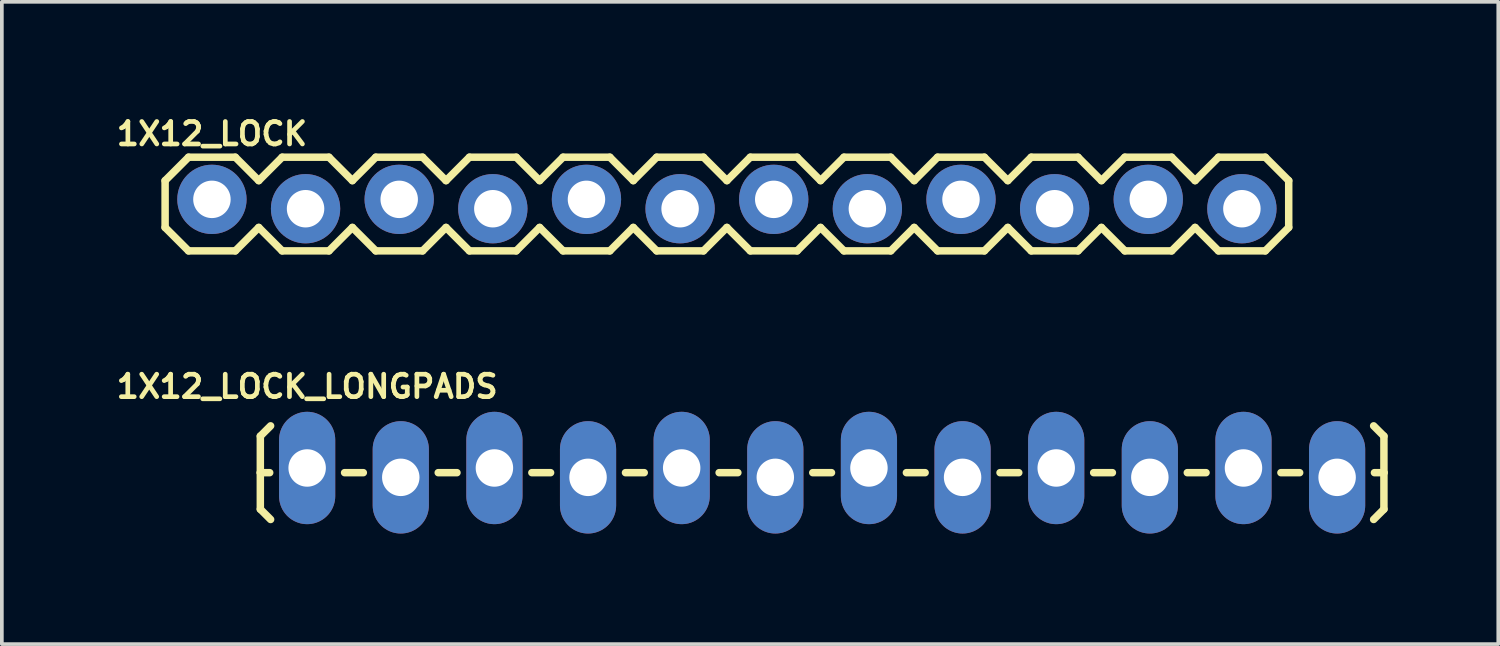
<source format=kicad_pcb>
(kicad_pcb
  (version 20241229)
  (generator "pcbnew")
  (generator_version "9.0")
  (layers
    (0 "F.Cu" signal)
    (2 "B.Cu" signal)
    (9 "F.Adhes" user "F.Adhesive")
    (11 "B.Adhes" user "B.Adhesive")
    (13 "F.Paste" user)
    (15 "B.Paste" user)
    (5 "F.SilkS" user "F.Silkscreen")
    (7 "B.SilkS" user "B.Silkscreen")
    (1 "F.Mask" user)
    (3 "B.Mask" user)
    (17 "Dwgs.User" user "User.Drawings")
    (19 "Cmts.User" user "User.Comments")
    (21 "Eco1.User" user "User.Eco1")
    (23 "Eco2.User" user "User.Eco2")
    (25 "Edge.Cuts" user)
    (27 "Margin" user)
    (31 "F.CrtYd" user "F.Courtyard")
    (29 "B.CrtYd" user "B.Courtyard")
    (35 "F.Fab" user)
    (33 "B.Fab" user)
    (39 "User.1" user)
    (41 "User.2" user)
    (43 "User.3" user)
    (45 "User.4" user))
  (footprint "1X12_LOCK"
    (layer "F.Cu")
    (at 2.699 2.485)
    (property "Reference" "1X12_LOCK" (at 0 -1.905 0) (layer "F.SilkS") (effects (font (size 0.61 0.61) (thickness 0.127))))
    (attr exclude_from_pos_files exclude_from_bom)
    (fp_line (start -1.27 -0.635) (end -1.27 0.635) (stroke (width 0.203) (type solid)) (layer "F.SilkS"))
    (fp_line (start -1.27 0.635) (end -0.635 1.27) (stroke (width 0.203) (type solid)) (layer "F.SilkS"))
    (fp_line (start -0.635 -1.27) (end -1.27 -0.635) (stroke (width 0.203) (type solid)) (layer "F.SilkS"))
    (fp_line (start -0.635 -1.27) (end 0.635 -1.27) (stroke (width 0.203) (type solid)) (layer "F.SilkS"))
    (fp_line (start 0.635 -1.27) (end 1.27 -0.635) (stroke (width 0.203) (type solid)) (layer "F.SilkS"))
    (fp_line (start 0.635 1.27) (end -0.635 1.27) (stroke (width 0.203) (type solid)) (layer "F.SilkS"))
    (fp_line (start 1.27 -0.635) (end 1.905 -1.27) (stroke (width 0.203) (type solid)) (layer "F.SilkS"))
    (fp_line (start 1.27 0.635) (end 0.635 1.27) (stroke (width 0.203) (type solid)) (layer "F.SilkS"))
    (fp_line (start 1.905 -1.27) (end 3.175 -1.27) (stroke (width 0.203) (type solid)) (layer "F.SilkS"))
    (fp_line (start 1.905 1.27) (end 1.27 0.635) (stroke (width 0.203) (type solid)) (layer "F.SilkS"))
    (fp_line (start 3.175 -1.27) (end 3.81 -0.635) (stroke (width 0.203) (type solid)) (layer "F.SilkS"))
    (fp_line (start 3.175 1.27) (end 1.905 1.27) (stroke (width 0.203) (type solid)) (layer "F.SilkS"))
    (fp_line (start 3.81 -0.635) (end 4.445 -1.27) (stroke (width 0.203) (type solid)) (layer "F.SilkS"))
    (fp_line (start 3.81 0.635) (end 3.175 1.27) (stroke (width 0.203) (type solid)) (layer "F.SilkS"))
    (fp_line (start 4.445 -1.27) (end 5.715 -1.27) (stroke (width 0.203) (type solid)) (layer "F.SilkS"))
    (fp_line (start 4.445 1.27) (end 3.81 0.635) (stroke (width 0.203) (type solid)) (layer "F.SilkS"))
    (fp_line (start 5.715 -1.27) (end 6.35 -0.635) (stroke (width 0.203) (type solid)) (layer "F.SilkS"))
    (fp_line (start 5.715 1.27) (end 4.445 1.27) (stroke (width 0.203) (type solid)) (layer "F.SilkS"))
    (fp_line (start 6.35 0.635) (end 5.715 1.27) (stroke (width 0.203) (type solid)) (layer "F.SilkS"))
    (fp_line (start 6.35 0.635) (end 6.985 1.27) (stroke (width 0.203) (type solid)) (layer "F.SilkS"))
    (fp_line (start 6.985 -1.27) (end 6.35 -0.635) (stroke (width 0.203) (type solid)) (layer "F.SilkS"))
    (fp_line (start 6.985 -1.27) (end 8.255 -1.27) (stroke (width 0.203) (type solid)) (layer "F.SilkS"))
    (fp_line (start 8.255 -1.27) (end 8.89 -0.635) (stroke (width 0.203) (type solid)) (layer "F.SilkS"))
    (fp_line (start 8.255 1.27) (end 6.985 1.27) (stroke (width 0.203) (type solid)) (layer "F.SilkS"))
    (fp_line (start 8.89 -0.635) (end 9.525 -1.27) (stroke (width 0.203) (type solid)) (layer "F.SilkS"))
    (fp_line (start 8.89 0.635) (end 8.255 1.27) (stroke (width 0.203) (type solid)) (layer "F.SilkS"))
    (fp_line (start 9.525 -1.27) (end 10.795 -1.27) (stroke (width 0.203) (type solid)) (layer "F.SilkS"))
    (fp_line (start 9.525 1.27) (end 8.89 0.635) (stroke (width 0.203) (type solid)) (layer "F.SilkS"))
    (fp_line (start 10.795 -1.27) (end 11.43 -0.635) (stroke (width 0.203) (type solid)) (layer "F.SilkS"))
    (fp_line (start 10.795 1.27) (end 9.525 1.27) (stroke (width 0.203) (type solid)) (layer "F.SilkS"))
    (fp_line (start 11.43 -0.635) (end 12.065 -1.27) (stroke (width 0.203) (type solid)) (layer "F.SilkS"))
    (fp_line (start 11.43 0.635) (end 10.795 1.27) (stroke (width 0.203) (type solid)) (layer "F.SilkS"))
    (fp_line (start 12.065 -1.27) (end 13.335 -1.27) (stroke (width 0.203) (type solid)) (layer "F.SilkS"))
    (fp_line (start 12.065 1.27) (end 11.43 0.635) (stroke (width 0.203) (type solid)) (layer "F.SilkS"))
    (fp_line (start 13.335 -1.27) (end 13.97 -0.635) (stroke (width 0.203) (type solid)) (layer "F.SilkS"))
    (fp_line (start 13.335 1.27) (end 12.065 1.27) (stroke (width 0.203) (type solid)) (layer "F.SilkS"))
    (fp_line (start 13.97 0.635) (end 13.335 1.27) (stroke (width 0.203) (type solid)) (layer "F.SilkS"))
    (fp_line (start 13.97 0.635) (end 14.605 1.27) (stroke (width 0.203) (type solid)) (layer "F.SilkS"))
    (fp_line (start 14.605 -1.27) (end 13.97 -0.635) (stroke (width 0.203) (type solid)) (layer "F.SilkS"))
    (fp_line (start 14.605 -1.27) (end 15.875 -1.27) (stroke (width 0.203) (type solid)) (layer "F.SilkS"))
    (fp_line (start 15.875 -1.27) (end 16.51 -0.635) (stroke (width 0.203) (type solid)) (layer "F.SilkS"))
    (fp_line (start 15.875 1.27) (end 14.605 1.27) (stroke (width 0.203) (type solid)) (layer "F.SilkS"))
    (fp_line (start 16.51 0.635) (end 15.875 1.27) (stroke (width 0.203) (type solid)) (layer "F.SilkS"))
    (fp_line (start 16.51 0.635) (end 17.145 1.27) (stroke (width 0.203) (type solid)) (layer "F.SilkS"))
    (fp_line (start 17.145 -1.27) (end 16.51 -0.635) (stroke (width 0.203) (type solid)) (layer "F.SilkS"))
    (fp_line (start 17.145 -1.27) (end 18.415 -1.27) (stroke (width 0.203) (type solid)) (layer "F.SilkS"))
    (fp_line (start 18.415 -1.27) (end 19.05 -0.635) (stroke (width 0.203) (type solid)) (layer "F.SilkS"))
    (fp_line (start 18.415 1.27) (end 17.145 1.27) (stroke (width 0.203) (type solid)) (layer "F.SilkS"))
    (fp_line (start 19.05 0.635) (end 18.415 1.27) (stroke (width 0.203) (type solid)) (layer "F.SilkS"))
    (fp_line (start 19.05 0.635) (end 19.685 1.27) (stroke (width 0.203) (type solid)) (layer "F.SilkS"))
    (fp_line (start 19.685 -1.27) (end 19.05 -0.635) (stroke (width 0.203) (type solid)) (layer "F.SilkS"))
    (fp_line (start 19.685 -1.27) (end 20.955 -1.27) (stroke (width 0.203) (type solid)) (layer "F.SilkS"))
    (fp_line (start 20.955 -1.27) (end 21.59 -0.635) (stroke (width 0.203) (type solid)) (layer "F.SilkS"))
    (fp_line (start 20.955 1.27) (end 19.685 1.27) (stroke (width 0.203) (type solid)) (layer "F.SilkS"))
    (fp_line (start 21.59 0.635) (end 20.955 1.27) (stroke (width 0.203) (type solid)) (layer "F.SilkS"))
    (fp_line (start 21.59 0.635) (end 22.225 1.27) (stroke (width 0.203) (type solid)) (layer "F.SilkS"))
    (fp_line (start 22.225 -1.27) (end 21.59 -0.635) (stroke (width 0.203) (type solid)) (layer "F.SilkS"))
    (fp_line (start 22.225 -1.27) (end 23.495 -1.27) (stroke (width 0.203) (type solid)) (layer "F.SilkS"))
    (fp_line (start 23.495 -1.27) (end 24.13 -0.635) (stroke (width 0.203) (type solid)) (layer "F.SilkS"))
    (fp_line (start 23.495 1.27) (end 22.225 1.27) (stroke (width 0.203) (type solid)) (layer "F.SilkS"))
    (fp_line (start 24.13 0.635) (end 23.495 1.27) (stroke (width 0.203) (type solid)) (layer "F.SilkS"))
    (fp_line (start 24.13 0.635) (end 24.765 1.27) (stroke (width 0.203) (type solid)) (layer "F.SilkS"))
    (fp_line (start 24.765 -1.27) (end 24.13 -0.635) (stroke (width 0.203) (type solid)) (layer "F.SilkS"))
    (fp_line (start 24.765 -1.27) (end 26.035 -1.27) (stroke (width 0.203) (type solid)) (layer "F.SilkS"))
    (fp_line (start 26.035 -1.27) (end 26.67 -0.635) (stroke (width 0.203) (type solid)) (layer "F.SilkS"))
    (fp_line (start 26.035 1.27) (end 24.765 1.27) (stroke (width 0.203) (type solid)) (layer "F.SilkS"))
    (fp_line (start 26.67 0.635) (end 26.035 1.27) (stroke (width 0.203) (type solid)) (layer "F.SilkS"))
    (fp_line (start 26.67 0.635) (end 27.305 1.27) (stroke (width 0.203) (type solid)) (layer "F.SilkS"))
    (fp_line (start 27.305 -1.27) (end 26.67 -0.635) (stroke (width 0.203) (type solid)) (layer "F.SilkS"))
    (fp_line (start 27.305 -1.27) (end 28.575 -1.27) (stroke (width 0.203) (type solid)) (layer "F.SilkS"))
    (fp_line (start 28.575 -1.27) (end 29.21 -0.635) (stroke (width 0.203) (type solid)) (layer "F.SilkS"))
    (fp_line (start 28.575 1.27) (end 27.305 1.27) (stroke (width 0.203) (type solid)) (layer "F.SilkS"))
    (fp_line (start 29.21 -0.635) (end 29.21 0.635) (stroke (width 0.203) (type solid)) (layer "F.SilkS"))
    (fp_line (start 29.21 0.635) (end 28.575 1.27) (stroke (width 0.203) (type solid)) (layer "F.SilkS"))
    (pad "1" thru_hole circle (at 0 -0.127) (size 1.88 1.88) (drill 1.016) (layers "*.Cu" "*.Paste" "*.Mask"))
    (pad "2" thru_hole circle (at 2.54 0.127) (size 1.88 1.88) (drill 1.016) (layers "*.Cu" "*.Paste" "*.Mask"))
    (pad "3" thru_hole circle (at 5.08 -0.127) (size 1.88 1.88) (drill 1.016) (layers "*.Cu" "*.Paste" "*.Mask"))
    (pad "4" thru_hole circle (at 7.62 0.127) (size 1.88 1.88) (drill 1.016) (layers "*.Cu" "*.Paste" "*.Mask"))
    (pad "5" thru_hole circle (at 10.16 -0.127) (size 1.88 1.88) (drill 1.016) (layers "*.Cu" "*.Paste" "*.Mask"))
    (pad "6" thru_hole circle (at 12.7 0.127) (size 1.88 1.88) (drill 1.016) (layers "*.Cu" "*.Paste" "*.Mask"))
    (pad "7" thru_hole circle (at 15.24 -0.127) (size 1.88 1.88) (drill 1.016) (layers "*.Cu" "*.Paste" "*.Mask"))
    (pad "8" thru_hole circle (at 17.78 0.127) (size 1.88 1.88) (drill 1.016) (layers "*.Cu" "*.Paste" "*.Mask"))
    (pad "9" thru_hole circle (at 20.32 -0.127) (size 1.88 1.88) (drill 1.016) (layers "*.Cu" "*.Paste" "*.Mask"))
    (pad "10" thru_hole circle (at 22.86 0.127) (size 1.88 1.88) (drill 1.016) (layers "*.Cu" "*.Paste" "*.Mask"))
    (pad "11" thru_hole circle (at 25.4 -0.127) (size 1.88 1.88) (drill 1.016) (layers "*.Cu" "*.Paste" "*.Mask"))
    (pad "12" thru_hole circle (at 27.94 0.127) (size 1.88 1.88) (drill 1.016) (layers "*.Cu" "*.Paste" "*.Mask")))
  (footprint "1X12_LOCK_LONGPADS"
    (layer "F.Cu")
    (at 5.282 9.772)
    (property "Reference" "1X12_LOCK_LONGPADS" (at 0 -2.337 0) (layer "F.SilkS") (effects (font (size 0.61 0.61) (thickness 0.127))))
    (attr exclude_from_pos_files exclude_from_bom)
    (fp_line (start -1.27 -0.991) (end -0.991 -1.27) (stroke (width 0.203) (type solid)) (layer "F.SilkS"))
    (fp_line (start -1.27 0) (end -1.27 -0.991) (stroke (width 0.203) (type solid)) (layer "F.SilkS"))
    (fp_line (start -1.27 0) (end -1.27 0.991) (stroke (width 0.203) (type solid)) (layer "F.SilkS"))
    (fp_line (start -1.27 0) (end -1.016 0) (stroke (width 0.203) (type solid)) (layer "F.SilkS"))
    (fp_line (start -1.27 0.991) (end -0.991 1.27) (stroke (width 0.203) (type solid)) (layer "F.SilkS"))
    (fp_line (start 1.524 0) (end 1.016 0) (stroke (width 0.203) (type solid)) (layer "F.SilkS"))
    (fp_line (start 4.064 0) (end 3.556 0) (stroke (width 0.203) (type solid)) (layer "F.SilkS"))
    (fp_line (start 6.604 0) (end 6.096 0) (stroke (width 0.203) (type solid)) (layer "F.SilkS"))
    (fp_line (start 9.144 0) (end 8.636 0) (stroke (width 0.203) (type solid)) (layer "F.SilkS"))
    (fp_line (start 11.684 0) (end 11.176 0) (stroke (width 0.203) (type solid)) (layer "F.SilkS"))
    (fp_line (start 14.224 0) (end 13.716 0) (stroke (width 0.203) (type solid)) (layer "F.SilkS"))
    (fp_line (start 16.764 0) (end 16.256 0) (stroke (width 0.203) (type solid)) (layer "F.SilkS"))
    (fp_line (start 19.304 0) (end 18.796 0) (stroke (width 0.203) (type solid)) (layer "F.SilkS"))
    (fp_line (start 21.844 0) (end 21.336 0) (stroke (width 0.203) (type solid)) (layer "F.SilkS"))
    (fp_line (start 24.384 0) (end 23.876 0) (stroke (width 0.203) (type solid)) (layer "F.SilkS"))
    (fp_line (start 26.924 0) (end 26.416 0) (stroke (width 0.203) (type solid)) (layer "F.SilkS"))
    (fp_line (start 29.21 -0.991) (end 28.931 -1.27) (stroke (width 0.203) (type solid)) (layer "F.SilkS"))
    (fp_line (start 29.21 0) (end 28.953 0) (stroke (width 0.203) (type solid)) (layer "F.SilkS"))
    (fp_line (start 29.21 0) (end 29.21 -0.991) (stroke (width 0.203) (type solid)) (layer "F.SilkS"))
    (fp_line (start 29.21 0) (end 29.21 0.991) (stroke (width 0.203) (type solid)) (layer "F.SilkS"))
    (fp_line (start 29.21 0.991) (end 28.931 1.27) (stroke (width 0.203) (type solid)) (layer "F.SilkS"))
    (pad "1" thru_hole oval (at 0 -0.127 180) (size 1.524 3.048) (drill 1.016) (layers "*.Cu" "*.Paste" "*.Mask"))
    (pad "2" thru_hole oval (at 2.54 0.127 180) (size 1.524 3.048) (drill 1.016) (layers "*.Cu" "*.Paste" "*.Mask"))
    (pad "3" thru_hole oval (at 5.08 -0.127 180) (size 1.524 3.048) (drill 1.016) (layers "*.Cu" "*.Paste" "*.Mask"))
    (pad "4" thru_hole oval (at 7.62 0.127 180) (size 1.524 3.048) (drill 1.016) (layers "*.Cu" "*.Paste" "*.Mask"))
    (pad "5" thru_hole oval (at 10.16 -0.127 180) (size 1.524 3.048) (drill 1.016) (layers "*.Cu" "*.Paste" "*.Mask"))
    (pad "6" thru_hole oval (at 12.7 0.127 180) (size 1.524 3.048) (drill 1.016) (layers "*.Cu" "*.Paste" "*.Mask"))
    (pad "7" thru_hole oval (at 15.24 -0.127 180) (size 1.524 3.048) (drill 1.016) (layers "*.Cu" "*.Paste" "*.Mask"))
    (pad "8" thru_hole oval (at 17.78 0.127 180) (size 1.524 3.048) (drill 1.016) (layers "*.Cu" "*.Paste" "*.Mask"))
    (pad "9" thru_hole oval (at 20.32 -0.127 180) (size 1.524 3.048) (drill 1.016) (layers "*.Cu" "*.Paste" "*.Mask"))
    (pad "10" thru_hole oval (at 22.86 0.127 180) (size 1.524 3.048) (drill 1.016) (layers "*.Cu" "*.Paste" "*.Mask"))
    (pad "11" thru_hole oval (at 25.4 -0.127 180) (size 1.524 3.048) (drill 1.016) (layers "*.Cu" "*.Paste" "*.Mask"))
    (pad "12" thru_hole oval (at 27.94 0.127 180) (size 1.524 3.048) (drill 1.016) (layers "*.Cu" "*.Paste" "*.Mask")))
  (gr_rect
    (start -3 -3)
    (end 37.594 14.423)
    (stroke (width 0.1) (type default))
    (fill no)
    (layer "Edge.Cuts")))
</source>
